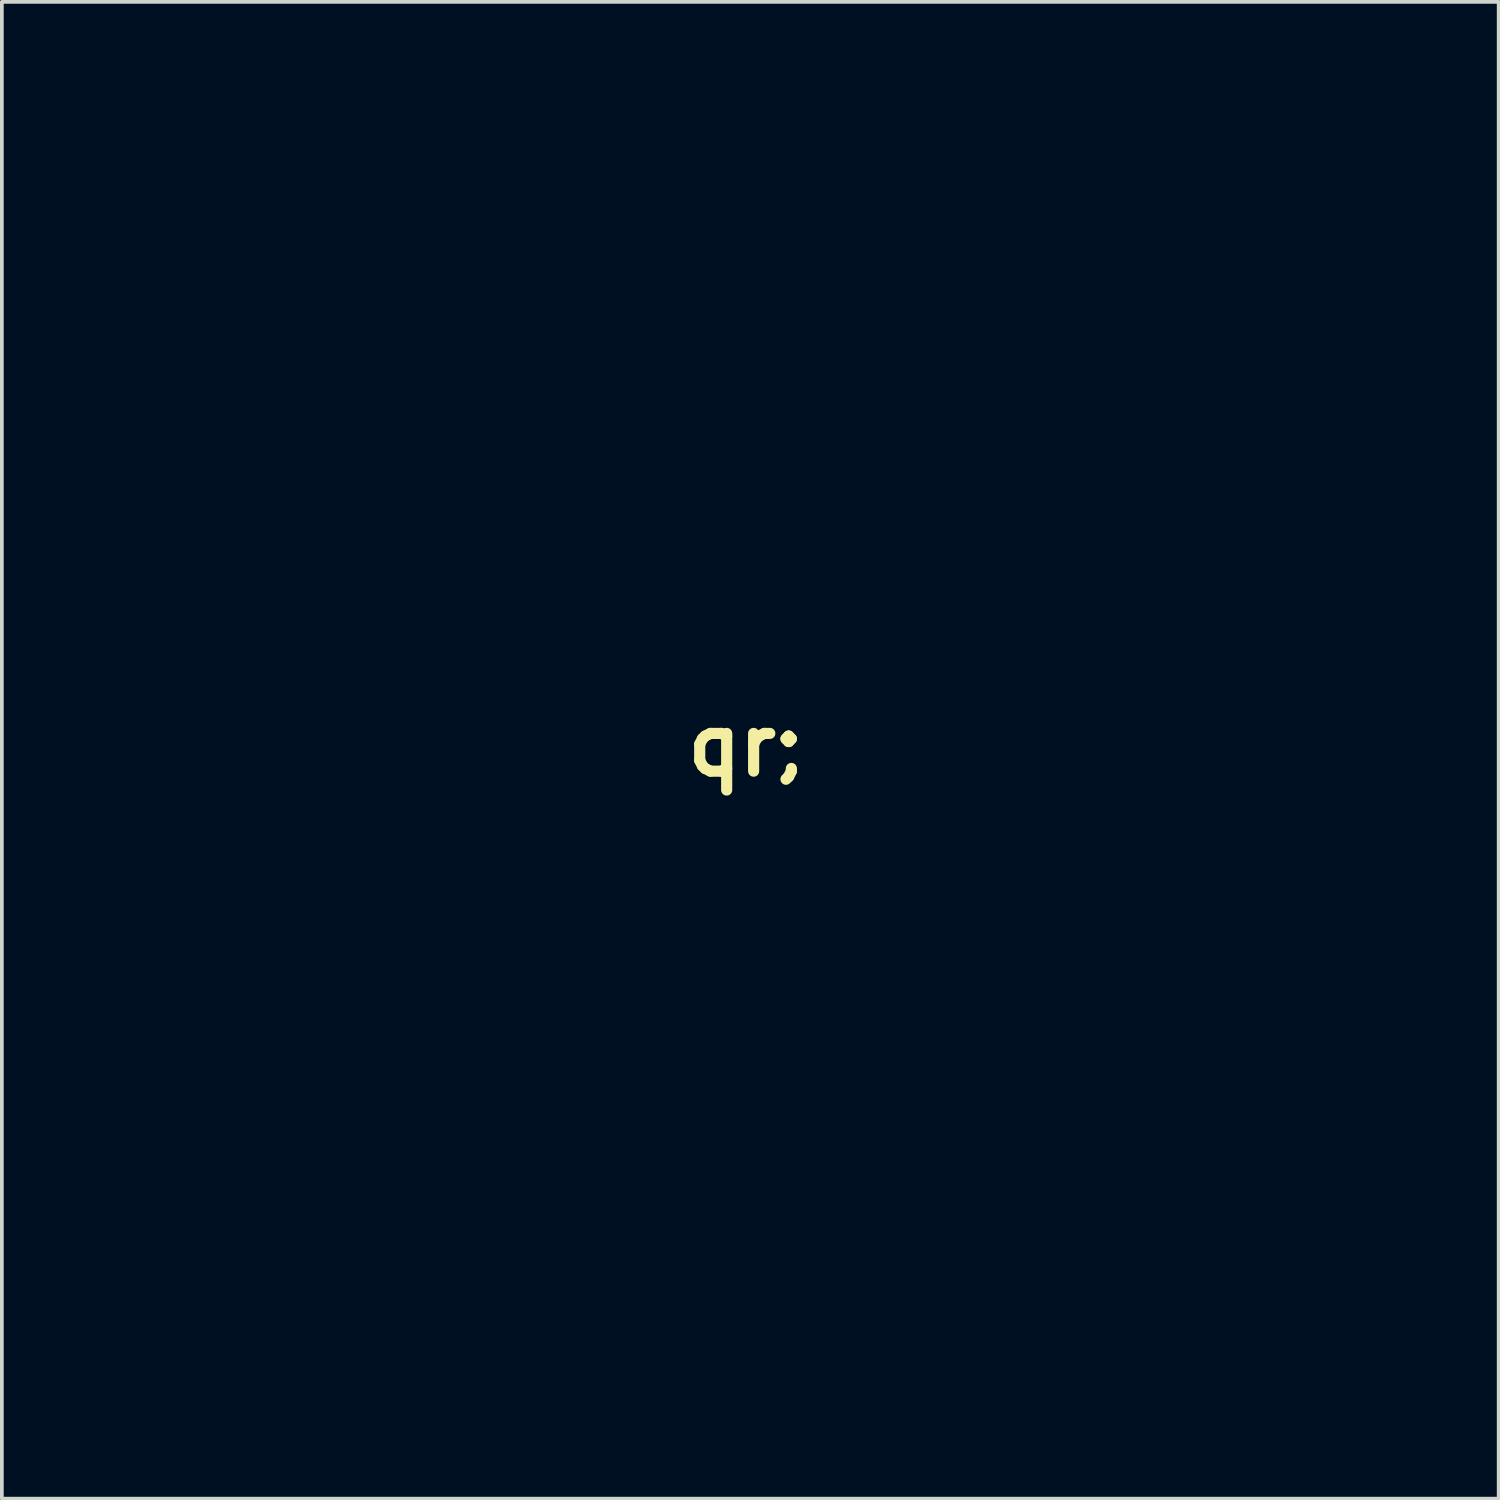
<source format=kicad_pcb>
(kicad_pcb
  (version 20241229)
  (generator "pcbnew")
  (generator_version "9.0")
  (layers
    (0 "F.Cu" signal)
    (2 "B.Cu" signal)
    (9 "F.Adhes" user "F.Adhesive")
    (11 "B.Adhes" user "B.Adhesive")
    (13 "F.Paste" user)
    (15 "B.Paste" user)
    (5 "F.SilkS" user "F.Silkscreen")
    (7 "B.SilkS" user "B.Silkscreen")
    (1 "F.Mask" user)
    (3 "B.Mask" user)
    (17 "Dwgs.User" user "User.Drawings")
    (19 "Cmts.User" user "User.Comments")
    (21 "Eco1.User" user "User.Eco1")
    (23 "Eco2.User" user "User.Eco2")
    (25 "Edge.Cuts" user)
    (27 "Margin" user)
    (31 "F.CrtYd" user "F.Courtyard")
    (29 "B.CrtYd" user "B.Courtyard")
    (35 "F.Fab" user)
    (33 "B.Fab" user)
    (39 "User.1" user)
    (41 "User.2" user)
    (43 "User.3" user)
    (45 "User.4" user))
  (footprint "qr;"
    (layer "F.Cu")
    (at 17.023 17.023)
    (property "Reference" "qr;" (at 0 0 0) (layer "F.SilkS") (effects (font (size 1.524 1.524) (thickness 0.3))))
    (attr through_hole)
    (fp_poly (pts (xy 0.429 6.831) (xy 0.508 7.366) (xy 0.394 7.971) (xy 0.127 8.128) (xy -0.175 7.901) (xy -0.254 7.366) (xy -0.14 6.761) (xy 0.127 6.604) (xy 0.429 6.831)) (stroke (width 0.01) (type solid)) (fill no) (layer "Eco2.User"))
    (fp_poly (pts (xy 1.226 -2.337) (xy 1.27 -2.159) (xy 1.067 -1.822) (xy 0.889 -1.778) (xy 0.552 -1.981) (xy 0.508 -2.159) (xy 0.711 -2.496) (xy 0.889 -2.54) (xy 1.226 -2.337)) (stroke (width 0.01) (type solid)) (fill no) (layer "Eco2.User"))
    (fp_poly (pts (xy 2.75 -2.337) (xy 2.794 -2.159) (xy 2.591 -1.822) (xy 2.413 -1.778) (xy 2.076 -1.981) (xy 2.032 -2.159) (xy 2.235 -2.496) (xy 2.413 -2.54) (xy 2.75 -2.337)) (stroke (width 0.01) (type solid)) (fill no) (layer "Eco2.User"))
    (fp_poly (pts (xy 2.75 10.617) (xy 2.794 10.795) (xy 2.591 11.132) (xy 2.413 11.176) (xy 2.076 10.973) (xy 2.032 10.795) (xy 2.235 10.458) (xy 2.413 10.414) (xy 2.75 10.617)) (stroke (width 0.01) (type solid)) (fill no) (layer "Eco2.User"))
    (fp_poly (pts (xy 4.274 9.855) (xy 4.318 10.033) (xy 4.115 10.37) (xy 3.937 10.414) (xy 3.6 10.211) (xy 3.556 10.033) (xy 3.759 9.696) (xy 3.937 9.652) (xy 4.274 9.855)) (stroke (width 0.01) (type solid)) (fill no) (layer "Eco2.User"))
    (fp_poly (pts (xy 8.084 6.807) (xy 8.128 6.985) (xy 7.925 7.322) (xy 7.747 7.366) (xy 7.41 7.163) (xy 7.366 6.985) (xy 7.569 6.648) (xy 7.747 6.604) (xy 8.084 6.807)) (stroke (width 0.01) (type solid)) (fill no) (layer "Eco2.User"))
    (fp_poly (pts (xy -9.398 -9.398) (xy -13.208 -9.398) (xy -13.208 -12.446) (xy -12.446 -12.446) (xy -12.446 -10.16) (xy -10.16 -10.16) (xy -10.16 -12.446) (xy -12.446 -12.446) (xy -13.208 -12.446) (xy -13.208 -13.208) (xy -9.398 -13.208) (xy -9.398 -9.398)) (stroke (width 0.01) (type solid)) (fill no) (layer "Eco2.User"))
    (fp_poly (pts (xy -9.398 13.462) (xy -13.208 13.462) (xy -13.208 10.414) (xy -12.446 10.414) (xy -12.446 12.7) (xy -10.16 12.7) (xy -10.16 10.414) (xy -12.446 10.414) (xy -13.208 10.414) (xy -13.208 9.652) (xy -9.398 9.652) (xy -9.398 13.462)) (stroke (width 0.01) (type solid)) (fill no) (layer "Eco2.User"))
    (fp_poly (pts (xy 13.462 -9.398) (xy 9.652 -9.398) (xy 9.652 -12.446) (xy 10.414 -12.446) (xy 10.414 -10.16) (xy 12.7 -10.16) (xy 12.7 -12.446) (xy 10.414 -12.446) (xy 9.652 -12.446) (xy 9.652 -13.208) (xy 13.462 -13.208) (xy 13.462 -9.398)) (stroke (width 0.01) (type solid)) (fill no) (layer "Eco2.User"))
    (fp_poly (pts (xy 10.414 10.414) (xy 8.128 10.414) (xy 8.128 9.271) (xy 8.89 9.271) (xy 9.093 9.608) (xy 9.271 9.652) (xy 9.608 9.449) (xy 9.652 9.271) (xy 9.449 8.934) (xy 9.271 8.89) (xy 8.934 9.093) (xy 8.89 9.271) (xy 8.128 9.271) (xy 8.128 8.128) (xy 10.414 8.128) (xy 10.414 10.414)) (stroke (width 0.01) (type solid)) (fill no) (layer "Eco2.User"))
    (fp_poly (pts (xy -8.031 5.194) (xy -7.874 5.461) (xy -8.101 5.763) (xy -8.636 5.842) (xy -9.241 5.956) (xy -9.398 6.223) (xy -9.601 6.56) (xy -9.779 6.604) (xy -10.116 6.807) (xy -10.16 6.985) (xy -10.363 7.322) (xy -10.541 7.366) (xy -10.843 7.139) (xy -10.922 6.604) (xy -10.859 6.064) (xy -10.562 5.865) (xy -10.16 5.842) (xy -9.555 5.728) (xy -9.398 5.461) (xy -9.171 5.159) (xy -8.636 5.08) (xy -8.031 5.194)) (stroke (width 0.01) (type solid)) (fill no) (layer "Eco2.User"))
    (fp_poly (pts (xy -3.524 -7.049) (xy -3.325 -6.752) (xy -3.302 -6.35) (xy -3.365 -5.81) (xy -3.662 -5.611) (xy -4.064 -5.588) (xy -4.604 -5.525) (xy -4.803 -5.228) (xy -4.826 -4.826) (xy -4.712 -4.221) (xy -4.445 -4.064) (xy -4.108 -4.267) (xy -4.064 -4.445) (xy -3.861 -4.782) (xy -3.683 -4.826) (xy -3.346 -4.623) (xy -3.302 -4.445) (xy -3.099 -4.108) (xy -2.921 -4.064) (xy -2.584 -3.861) (xy -2.54 -3.683) (xy -2.69 -3.432) (xy -3.198 -3.317) (xy -3.683 -3.302) (xy -4.436 -3.352) (xy -4.78 -3.521) (xy -4.826 -3.683) (xy -5.053 -3.985) (xy -5.588 -4.064) (xy -6.193 -4.178) (xy -6.35 -4.445) (xy -6.147 -4.782) (xy -5.969 -4.826) (xy -5.667 -5.053) (xy -5.588 -5.588) (xy -5.474 -6.193) (xy -5.207 -6.35) (xy -4.87 -6.553) (xy -4.826 -6.731) (xy -4.599 -7.033) (xy -4.064 -7.112) (xy -3.524 -7.049)) (stroke (width 0.01) (type solid)) (fill no) (layer "Eco2.User"))
    (fp_poly (pts (xy -7.502 -7.062) (xy -7.158 -6.893) (xy -7.112 -6.731) (xy -6.909 -6.394) (xy -6.731 -6.35) (xy -6.429 -6.123) (xy -6.35 -5.588) (xy -6.464 -4.983) (xy -6.731 -4.826) (xy -7.033 -4.599) (xy -7.112 -4.064) (xy -6.998 -3.459) (xy -6.731 -3.302) (xy -6.394 -3.099) (xy -6.35 -2.921) (xy -6.553 -2.584) (xy -6.731 -2.54) (xy -7.068 -2.743) (xy -7.112 -2.921) (xy -7.315 -3.258) (xy -7.493 -3.302) (xy -7.744 -3.452) (xy -7.859 -3.96) (xy -7.874 -4.445) (xy -7.824 -5.198) (xy -7.655 -5.542) (xy -7.493 -5.588) (xy -7.156 -5.791) (xy -7.112 -5.969) (xy -7.315 -6.306) (xy -7.493 -6.35) (xy -7.83 -6.147) (xy -7.874 -5.969) (xy -8.077 -5.632) (xy -8.255 -5.588) (xy -8.592 -5.385) (xy -8.636 -5.207) (xy -8.839 -4.87) (xy -9.017 -4.826) (xy -9.354 -5.029) (xy -9.398 -5.207) (xy -9.195 -5.544) (xy -9.017 -5.588) (xy -8.68 -5.791) (xy -8.636 -5.969) (xy -8.839 -6.306) (xy -9.017 -6.35) (xy -9.354 -6.553) (xy -9.398 -6.731) (xy -9.248 -6.982) (xy -8.74 -7.097) (xy -8.255 -7.112) (xy -7.502 -7.062)) (stroke (width 0.01) (type solid)) (fill no) (layer "Eco2.User"))
    (fp_poly (pts (xy -0.384 1.42) (xy -0.269 1.928) (xy -0.254 2.413) (xy -0.204 3.166) (xy -0.035 3.51) (xy 0.127 3.556) (xy 0.464 3.353) (xy 0.508 3.175) (xy 0.711 2.838) (xy 0.889 2.794) (xy 1.226 2.997) (xy 1.27 3.175) (xy 1.473 3.512) (xy 1.651 3.556) (xy 1.988 3.759) (xy 2.032 3.937) (xy 2.182 4.188) (xy 2.69 4.303) (xy 3.175 4.318) (xy 4.318 4.318) (xy 4.318 5.461) (xy 4.268 6.214) (xy 4.099 6.558) (xy 3.937 6.604) (xy 3.6 6.807) (xy 3.556 6.985) (xy 3.759 7.322) (xy 3.937 7.366) (xy 4.274 7.569) (xy 4.318 7.747) (xy 4.115 8.084) (xy 3.937 8.128) (xy 3.6 7.925) (xy 3.556 7.747) (xy 3.353 7.41) (xy 3.175 7.366) (xy 2.838 7.163) (xy 2.794 6.985) (xy 2.591 6.648) (xy 2.413 6.604) (xy 2.111 6.377) (xy 2.032 5.842) (xy 1.918 5.237) (xy 1.651 5.08) (xy 1.349 4.853) (xy 1.27 4.318) (xy 1.156 3.713) (xy 0.889 3.556) (xy 0.552 3.759) (xy 0.508 3.937) (xy 0.305 4.274) (xy 0.127 4.318) (xy -0.21 4.115) (xy -0.254 3.937) (xy -0.481 3.635) (xy -1.016 3.556) (xy -1.621 3.442) (xy -1.778 3.175) (xy -1.575 2.838) (xy -1.397 2.794) (xy -1.095 2.567) (xy -1.016 2.032) (xy -0.902 1.427) (xy -0.635 1.27) (xy -0.384 1.42)) (stroke (width 0.01) (type solid)) (fill no) (layer "Eco2.User"))
    (fp_poly (pts (xy 2.75 -11.481) (xy 2.794 -11.303) (xy 2.997 -10.966) (xy 3.175 -10.922) (xy 3.512 -10.719) (xy 3.556 -10.541) (xy 3.759 -10.204) (xy 3.937 -10.16) (xy 4.239 -9.933) (xy 4.318 -9.398) (xy 4.204 -8.793) (xy 3.937 -8.636) (xy 3.635 -8.863) (xy 3.556 -9.398) (xy 3.493 -9.938) (xy 3.196 -10.137) (xy 2.794 -10.16) (xy 2.189 -10.046) (xy 2.032 -9.779) (xy 2.235 -9.442) (xy 2.413 -9.398) (xy 2.664 -9.248) (xy 2.779 -8.74) (xy 2.794 -8.255) (xy 2.744 -7.502) (xy 2.575 -7.158) (xy 2.413 -7.112) (xy 2.076 -6.909) (xy 2.032 -6.731) (xy 1.829 -6.394) (xy 1.651 -6.35) (xy 1.314 -6.553) (xy 1.27 -6.731) (xy 1.043 -7.033) (xy 0.508 -7.112) (xy -0.097 -7.226) (xy -0.254 -7.493) (xy -0.457 -7.83) (xy -0.635 -7.874) (xy -0.937 -8.101) (xy -1.016 -8.636) (xy -0.902 -9.241) (xy -0.635 -9.398) (xy -0.333 -9.171) (xy -0.254 -8.636) (xy -0.14 -8.031) (xy 0.127 -7.874) (xy 0.429 -8.101) (xy 0.508 -8.636) (xy 1.27 -8.636) (xy 1.384 -8.031) (xy 1.651 -7.874) (xy 1.953 -8.101) (xy 2.032 -8.636) (xy 1.918 -9.241) (xy 1.651 -9.398) (xy 1.349 -9.171) (xy 1.27 -8.636) (xy 0.508 -8.636) (xy 0.622 -9.241) (xy 0.889 -9.398) (xy 1.226 -9.601) (xy 1.27 -9.779) (xy 1.473 -10.116) (xy 1.651 -10.16) (xy 1.953 -10.387) (xy 2.032 -10.922) (xy 2.146 -11.527) (xy 2.413 -11.684) (xy 2.75 -11.481)) (stroke (width 0.01) (type solid)) (fill no) (layer "Eco2.User"))
    (fp_poly (pts (xy 17.272 17.272) (xy -17.018 17.272) (xy -17.018 8.89) (xy -13.97 8.89) (xy -13.97 14.224) (xy -8.636 14.224) (xy -8.636 12.319) (xy -7.874 12.319) (xy -7.671 12.656) (xy -7.493 12.7) (xy -7.156 12.497) (xy -7.112 12.319) (xy -7.315 11.982) (xy -7.493 11.938) (xy -7.83 12.141) (xy -7.874 12.319) (xy -8.636 12.319) (xy -8.636 8.89) (xy -13.97 8.89) (xy -17.018 8.89) (xy -17.018 1.651) (xy -13.97 1.651) (xy -13.767 1.988) (xy -13.589 2.032) (xy -13.252 2.235) (xy -13.208 2.413) (xy -13.411 2.75) (xy -13.589 2.794) (xy -13.891 3.021) (xy -13.97 3.556) (xy -13.856 4.161) (xy -13.589 4.318) (xy -13.287 4.545) (xy -13.208 5.08) (xy -13.322 5.685) (xy -13.589 5.842) (xy -13.926 6.045) (xy -13.97 6.223) (xy -13.743 6.525) (xy -13.208 6.604) (xy -12.603 6.49) (xy -12.446 6.223) (xy -12.243 5.886) (xy -12.065 5.842) (xy -11.763 6.069) (xy -11.684 6.604) (xy -11.717 7.073) (xy -11.908 7.294) (xy -12.396 7.362) (xy -12.827 7.366) (xy -13.58 7.416) (xy -13.924 7.585) (xy -13.97 7.747) (xy -13.82 7.998) (xy -13.312 8.113) (xy -12.827 8.128) (xy -12.074 8.078) (xy -11.73 7.909) (xy -11.684 7.747) (xy -11.481 7.41) (xy -11.303 7.366) (xy -10.966 7.569) (xy -10.922 7.747) (xy -10.719 8.084) (xy -10.541 8.128) (xy -10.204 7.925) (xy -10.16 7.747) (xy -9.957 7.41) (xy -9.779 7.366) (xy -9.442 7.569) (xy -9.398 7.747) (xy -9.171 8.049) (xy -8.636 8.128) (xy -8.167 8.161) (xy -7.946 8.352) (xy -7.878 8.84) (xy -7.874 9.271) (xy -7.824 10.024) (xy -7.655 10.368) (xy -7.493 10.414) (xy -7.156 10.617) (xy -7.112 10.795) (xy -6.909 11.132) (xy -6.731 11.176) (xy -6.48 11.326) (xy -6.365 11.834) (xy -6.35 12.319) (xy -6.4 13.072) (xy -6.569 13.416) (xy -6.731 13.462) (xy -7.068 13.665) (xy -7.112 13.843) (xy -7.023 14.029) (xy -6.698 14.145) (xy -6.05 14.205) (xy -4.992 14.224) (xy -4.826 14.224) (xy -3.711 14.209) (xy -3.016 14.155) (xy -2.655 14.047) (xy -2.541 13.871) (xy -2.54 13.843) (xy -2.743 13.506) (xy -2.921 13.462) (xy -3.258 13.259) (xy -3.302 13.081) (xy -3.099 12.744) (xy -2.921 12.7) (xy -2.584 12.903) (xy -2.54 13.081) (xy -2.337 13.418) (xy -2.159 13.462) (xy -1.822 13.665) (xy -1.778 13.843) (xy -1.661 14.064) (xy -1.246 14.183) (xy -0.438 14.223) (xy -0.254 14.224) (xy 0.631 14.195) (xy 1.106 14.091) (xy 1.267 13.889) (xy 1.27 13.843) (xy 1.497 13.541) (xy 2.032 13.462) (xy 2.637 13.348) (xy 2.794 13.081) (xy 2.644 12.83) (xy 2.136 12.715) (xy 1.651 12.7) (xy 0.898 12.75) (xy 0.554 12.919) (xy 0.508 13.081) (xy 0.305 13.418) (xy 0.127 13.462) (xy -0.21 13.259) (xy -0.254 13.081) (xy -0.051 12.744) (xy 0.127 12.7) (xy 0.464 12.497) (xy 0.508 12.319) (xy 0.281 12.017) (xy -0.254 11.938) (xy -0.794 12.001) (xy -0.993 12.298) (xy -1.016 12.7) (xy -1.13 13.305) (xy -1.397 13.462) (xy -1.648 13.312) (xy -1.763 12.804) (xy -1.778 12.319) (xy -1.8 11.616) (xy -1.928 11.283) (xy -2.253 11.182) (xy -2.54 11.176) (xy -3.145 11.062) (xy -3.302 10.795) (xy -3.505 10.458) (xy -3.683 10.414) (xy -4.02 10.617) (xy -4.064 10.795) (xy -4.267 11.132) (xy -4.445 11.176) (xy -4.782 11.379) (xy -4.826 11.557) (xy -4.623 11.894) (xy -4.445 11.938) (xy -4.108 11.735) (xy -4.064 11.557) (xy -3.861 11.22) (xy -3.683 11.176) (xy -3.346 11.379) (xy -3.302 11.557) (xy -3.505 11.894) (xy -3.683 11.938) (xy -3.985 12.165) (xy -4.064 12.7) (xy -4.127 13.24) (xy -4.424 13.439) (xy -4.826 13.462) (xy -5.431 13.348) (xy -5.588 13.081) (xy -5.385 12.744) (xy -5.207 12.7) (xy -4.87 12.497) (xy -4.826 12.319) (xy -5.029 11.982) (xy -5.207 11.938) (xy -5.544 11.735) (xy -5.588 11.557) (xy -5.385 11.22) (xy -5.207 11.176) (xy -4.905 10.949) (xy -4.826 10.414) (xy -4.712 9.809) (xy -4.445 9.652) (xy -4.108 9.449) (xy -4.064 9.271) (xy -4.267 8.934) (xy -4.445 8.89) (xy -4.782 9.093) (xy -4.826 9.271) (xy -5.029 9.608) (xy -5.207 9.652) (xy -5.544 9.855) (xy -5.588 10.033) (xy -5.791 10.37) (xy -5.969 10.414) (xy -6.306 10.211) (xy -6.35 10.033) (xy -6.147 9.696) (xy -5.969 9.652) (xy -5.632 9.449) (xy -5.588 9.271) (xy -5.385 8.934) (xy -5.207 8.89) (xy -4.87 8.687) (xy -4.826 8.509) (xy -4.599 8.207) (xy -4.064 8.128) (xy -3.524 8.191) (xy -3.325 8.488) (xy -3.302 8.89) (xy -3.188 9.495) (xy -2.921 9.652) (xy -2.584 9.855) (xy -2.54 10.033) (xy -2.337 10.37) (xy -2.159 10.414) (xy -1.822 10.617) (xy -1.778 10.795) (xy -1.551 11.097) (xy -1.016 11.176) (xy -0.476 11.113) (xy -0.277 10.816) (xy -0.254 10.414) (xy -0.368 9.809) (xy -0.635 9.652) (xy -0.972 9.855) (xy -1.016 10.033) (xy -1.219 10.37) (xy -1.397 10.414) (xy -1.734 10.211) (xy -1.778 10.033) (xy -1.981 9.696) (xy -2.159 9.652) (xy -2.496 9.449) (xy -2.54 9.271) (xy -2.337 8.934) (xy -2.159 8.89) (xy -1.822 8.687) (xy -1.778 8.509) (xy -1.551 8.207) (xy -1.016 8.128) (xy -0.411 8.242) (xy -0.254 8.509) (xy -0.027 8.811) (xy 0.508 8.89) (xy 1.113 8.776) (xy 1.27 8.509) (xy 1.473 8.172) (xy 1.651 8.128) (xy 1.953 8.355) (xy 2.032 8.89) (xy 1.918 9.495) (xy 1.651 9.652) (xy 1.349 9.879) (xy 1.27 10.414) (xy 1.384 11.019) (xy 1.651 11.176) (xy 1.988 11.379) (xy 2.032 11.557) (xy 2.235 11.894) (xy 2.413 11.938) (xy 2.75 11.735) (xy 2.794 11.557) (xy 2.944 11.306) (xy 3.452 11.191) (xy 3.937 11.176) (xy 4.69 11.226) (xy 5.034 11.395) (xy 5.08 11.557) (xy 4.853 11.859) (xy 4.318 11.938) (xy 3.713 12.052) (xy 3.556 12.319) (xy 3.759 12.656) (xy 3.937 12.7) (xy 4.274 12.903) (xy 4.318 13.081) (xy 4.115 13.418) (xy 3.937 13.462) (xy 3.6 13.665) (xy 3.556 13.843) (xy 3.783 14.145) (xy 4.318 14.224) (xy 4.787 14.191) (xy 5.008 14) (xy 5.076 13.512) (xy 5.08 13.081) (xy 5.842 13.081) (xy 6.045 13.418) (xy 6.223 13.462) (xy 7.366 13.462) (xy 7.48 14.067) (xy 7.747 14.224) (xy 8.049 13.997) (xy 8.128 13.462) (xy 8.014 12.857) (xy 7.747 12.7) (xy 7.445 12.927) (xy 7.366 13.462) (xy 6.223 13.462) (xy 6.56 13.259) (xy 6.604 13.081) (xy 6.401 12.744) (xy 6.223 12.7) (xy 5.886 12.903) (xy 5.842 13.081) (xy 5.08 13.081) (xy 5.13 12.328) (xy 5.299 11.984) (xy 5.461 11.938) (xy 5.798 11.735) (xy 5.842 11.557) (xy 5.639 11.22) (xy 5.461 11.176) (xy 5.159 10.949) (xy 5.08 10.414) (xy 5.194 9.809) (xy 5.461 9.652) (xy 5.798 9.449) (xy 5.842 9.271) (xy 5.639 8.934) (xy 5.461 8.89) (xy 5.275 8.801) (xy 5.159 8.476) (xy 5.099 7.828) (xy 5.08 6.77) (xy 5.08 6.604) (xy 5.065 5.489) (xy 5.011 4.794) (xy 4.903 4.433) (xy 4.727 4.319) (xy 4.699 4.318) (xy 4.397 4.091) (xy 4.318 3.556) (xy 4.204 2.951) (xy 3.937 2.794) (xy 3.6 2.997) (xy 3.556 3.175) (xy 3.329 3.477) (xy 2.794 3.556) (xy 2.325 3.523) (xy 2.104 3.332) (xy 2.036 2.844) (xy 2.032 2.413) (xy 2.082 1.66) (xy 2.251 1.316) (xy 2.413 1.27) (xy 2.75 1.473) (xy 2.794 1.651) (xy 2.944 1.902) (xy 3.452 2.017) (xy 3.937 2.032) (xy 4.69 1.982) (xy 5.034 1.813) (xy 5.08 1.651) (xy 4.93 1.4) (xy 4.422 1.285) (xy 3.937 1.27) (xy 3.184 1.22) (xy 2.84 1.051) (xy 2.794 0.889) (xy 2.591 0.552) (xy 2.413 0.508) (xy 2.076 0.711) (xy 2.032 0.889) (xy 1.829 1.226) (xy 1.651 1.27) (xy 1.314 1.473) (xy 1.27 1.651) (xy 1.067 1.988) (xy 0.889 2.032) (xy 0.587 1.805) (xy 0.508 1.27) (xy 0.445 0.73) (xy 0.148 0.531) (xy -0.254 0.508) (xy -0.859 0.622) (xy -1.016 0.889) (xy -1.243 1.191) (xy -1.778 1.27) (xy -2.318 1.333) (xy -2.517 1.63) (xy -2.54 2.032) (xy -2.654 2.637) (xy -2.921 2.794) (xy -3.258 2.997) (xy -3.302 3.175) (xy -3.099 3.512) (xy -2.921 3.556) (xy -2.584 3.759) (xy -2.54 3.937) (xy -2.743 4.274) (xy -2.921 4.318) (xy -3.258 4.521) (xy -3.302 4.699) (xy -3.505 5.036) (xy -3.683 5.08) (xy -4.02 5.283) (xy -4.064 5.461) (xy -3.861 5.798) (xy -3.683 5.842) (xy -3.346 6.045) (xy -3.302 6.223) (xy -3.099 6.56) (xy -2.921 6.604) (xy -2.584 6.401) (xy -2.54 6.223) (xy -2.743 5.886) (xy -2.921 5.842) (xy -3.258 5.639) (xy -3.302 5.461) (xy -3.075 5.159) (xy -2.54 5.08) (xy -1.935 4.966) (xy -1.778 4.699) (xy -1.575 4.362) (xy -1.397 4.318) (xy -1.06 4.521) (xy -1.016 4.699) (xy -0.789 5.001) (xy -0.254 5.08) (xy 0.351 5.194) (xy 0.508 5.461) (xy 0.358 5.712) (xy -0.15 5.827) (xy -0.635 5.842) (xy -1.388 5.892) (xy -1.732 6.061) (xy -1.778 6.223) (xy -1.575 6.56) (xy -1.397 6.604) (xy -1.06 6.807) (xy -1.016 6.985) (xy -1.243 7.287) (xy -1.778 7.366) (xy -2.383 7.48) (xy -2.54 7.747) (xy -2.743 8.084) (xy -2.921 8.128) (xy -3.258 7.925) (xy -3.302 7.747) (xy -3.529 7.445) (xy -4.064 7.366) (xy -4.604 7.303) (xy -4.803 7.006) (xy -4.826 6.604) (xy -4.889 6.064) (xy -5.186 5.865) (xy -5.588 5.842) (xy -6.193 5.956) (xy -6.35 6.223) (xy -6.553 6.56) (xy -6.731 6.604) (xy -7.068 6.807) (xy -7.112 6.985) (xy -6.885 7.287) (xy -6.35 7.366) (xy -5.745 7.48) (xy -5.588 7.747) (xy -5.738 7.998) (xy -6.246 8.113) (xy -6.731 8.128) (xy -7.484 8.078) (xy -7.828 7.909) (xy -7.874 7.747) (xy -8.101 7.445) (xy -8.636 7.366) (xy -9.241 7.252) (xy -9.398 6.985) (xy -9.171 6.683) (xy -8.636 6.604) (xy -8.031 6.49) (xy -7.874 6.223) (xy -7.671 5.886) (xy -7.493 5.842) (xy -7.156 5.639) (xy -7.112 5.461) (xy -6.909 5.124) (xy -6.731 5.08) (xy -6.394 4.877) (xy -6.35 4.699) (xy -6.577 4.397) (xy -7.112 4.318) (xy -7.717 4.204) (xy -7.874 3.937) (xy -7.671 3.6) (xy -7.493 3.556) (xy -7.191 3.329) (xy -7.112 2.794) (xy -7.049 2.254) (xy -6.752 2.055) (xy -6.35 2.032) (xy -5.745 1.918) (xy -5.588 1.651) (xy -5.385 1.314) (xy -5.207 1.27) (xy -4.905 1.497) (xy -4.826 2.032) (xy -4.94 2.637) (xy -5.207 2.794) (xy -5.544 2.997) (xy -5.588 3.175) (xy -5.385 3.512) (xy -5.207 3.556) (xy -4.87 3.759) (xy -4.826 3.937) (xy -4.599 4.239) (xy -4.064 4.318) (xy -3.459 4.204) (xy -3.302 3.937) (xy -3.505 3.6) (xy -3.683 3.556) (xy -3.985 3.329) (xy -4.064 2.794) (xy -3.95 2.189) (xy -3.683 2.032) (xy -3.346 1.829) (xy -3.302 1.651) (xy -3.505 1.314) (xy -3.683 1.27) (xy -4.02 1.067) (xy -4.064 0.889) (xy -4.267 0.552) (xy -4.445 0.508) (xy -4.782 0.305) (xy -4.826 0.127) (xy -4.623 -0.21) (xy -4.445 -0.254) (xy -4.108 -0.051) (xy -4.064 0.127) (xy -3.861 0.464) (xy -3.683 0.508) (xy -3.346 0.305) (xy -3.302 0.127) (xy -3.075 -0.175) (xy -2.54 -0.254) (xy -1.935 -0.368) (xy -1.778 -0.635) (xy -1.661 -0.856) (xy -1.246 -0.975) (xy -0.438 -1.015) (xy -0.254 -1.016) (xy 0.631 -0.987) (xy 1.106 -0.883) (xy 1.267 -0.681) (xy 1.27 -0.635) (xy 1.473 -0.298) (xy 1.651 -0.254) (xy 1.988 -0.457) (xy 2.032 -0.635) (xy 2.235 -0.972) (xy 2.413 -1.016) (xy 2.75 -0.813) (xy 2.794 -0.635) (xy 2.997 -0.298) (xy 3.175 -0.254) (xy 3.512 -0.051) (xy 3.556 0.127) (xy 3.706 0.378) (xy 4.214 0.493) (xy 4.699 0.508) (xy 5.452 0.458) (xy 5.796 0.289) (xy 5.842 0.127) (xy 6.045 -0.21) (xy 6.223 -0.254) (xy 6.525 -0.027) (xy 6.604 0.508) (xy 6.718 1.113) (xy 6.985 1.27) (xy 7.322 1.473) (xy 7.366 1.651) (xy 7.163 1.988) (xy 6.985 2.032) (xy 6.648 2.235) (xy 6.604 2.413) (xy 6.401 2.75) (xy 6.223 2.794) (xy 5.886 2.997) (xy 5.842 3.175) (xy 6.045 3.512) (xy 6.223 3.556) (xy 6.56 3.759) (xy 6.604 3.937) (xy 6.807 4.274) (xy 6.985 4.318) (xy 7.322 4.115) (xy 7.366 3.937) (xy 7.569 3.6) (xy 7.747 3.556) (xy 8.084 3.759) (xy 8.128 3.937) (xy 8.331 4.274) (xy 8.509 4.318) (xy 8.811 4.091) (xy 8.89 3.556) (xy 8.827 3.016) (xy 8.53 2.817) (xy 8.128 2.794) (xy 7.523 2.68) (xy 7.366 2.413) (xy 7.569 2.076) (xy 7.747 2.032) (xy 8.049 1.805) (xy 8.128 1.27) (xy 8.014 0.665) (xy 7.747 0.508) (xy 7.41 0.305) (xy 7.366 0.127) (xy 7.569 -0.21) (xy 7.747 -0.254) (xy 8.049 -0.481) (xy 8.128 -1.016) (xy 8.014 -1.621) (xy 7.747 -1.778) (xy 7.41 -1.981) (xy 7.366 -2.159) (xy 7.569 -2.496) (xy 7.747 -2.54) (xy 8.084 -2.743) (xy 8.128 -2.921) (xy 7.925 -3.258) (xy 7.747 -3.302) (xy 7.41 -3.505) (xy 7.366 -3.683) (xy 7.163 -4.02) (xy 6.985 -4.064) (xy 6.683 -3.837) (xy 6.604 -3.302) (xy 6.49 -2.697) (xy 6.223 -2.54) (xy 5.886 -2.337) (xy 5.842 -2.159) (xy 6.045 -1.822) (xy 6.223 -1.778) (xy 6.56 -1.575) (xy 6.604 -1.397) (xy 6.401 -1.06) (xy 6.223 -1.016) (xy 5.886 -0.813) (xy 5.842 -0.635) (xy 5.692 -0.384) (xy 5.184 -0.269) (xy 4.699 -0.254) (xy 3.946 -0.304) (xy 3.602 -0.473) (xy 3.556 -0.635) (xy 3.759 -0.972) (xy 3.937 -1.016) (xy 4.188 -1.166) (xy 4.303 -1.674) (xy 4.318 -2.159) (xy 4.34 -2.862) (xy 4.468 -3.195) (xy 4.793 -3.296) (xy 5.08 -3.302) (xy 5.685 -3.416) (xy 5.842 -3.683) (xy 5.639 -4.02) (xy 5.461 -4.064) (xy 5.21 -4.214) (xy 5.095 -4.722) (xy 5.08 -5.207) (xy 5.03 -5.96) (xy 4.861 -6.304) (xy 4.699 -6.35) (xy 4.362 -6.553) (xy 4.318 -6.731) (xy 4.115 -7.068) (xy 3.937 -7.112) (xy 3.6 -7.315) (xy 3.556 -7.493) (xy 3.759 -7.83) (xy 3.937 -7.874) (xy 4.274 -7.671) (xy 4.318 -7.493) (xy 4.521 -7.156) (xy 4.699 -7.112) (xy 4.92 -7.229) (xy 5.039 -7.644) (xy 5.079 -8.452) (xy 5.08 -8.636) (xy 5.109 -9.521) (xy 5.213 -9.996) (xy 5.415 -10.157) (xy 5.461 -10.16) (xy 5.798 -10.363) (xy 5.842 -10.541) (xy 6.069 -10.843) (xy 6.604 -10.922) (xy 7.073 -10.889) (xy 7.294 -10.698) (xy 7.362 -10.21) (xy 7.366 -9.779) (xy 7.316 -9.026) (xy 7.147 -8.682) (xy 6.985 -8.636) (xy 6.648 -8.839) (xy 6.604 -9.017) (xy 6.401 -9.354) (xy 6.223 -9.398) (xy 5.921 -9.171) (xy 5.842 -8.636) (xy 5.905 -8.096) (xy 6.202 -7.897) (xy 6.604 -7.874) (xy 7.209 -7.76) (xy 7.366 -7.493) (xy 7.216 -7.242) (xy 6.708 -7.127) (xy 6.223 -7.112) (xy 5.47 -7.062) (xy 5.126 -6.893) (xy 5.08 -6.731) (xy 5.307 -6.429) (xy 5.842 -6.35) (xy 6.447 -6.236) (xy 6.604 -5.969) (xy 6.401 -5.632) (xy 6.223 -5.588) (xy 5.886 -5.385) (xy 5.842 -5.207) (xy 6.069 -4.905) (xy 6.604 -4.826) (xy 7.209 -4.712) (xy 7.366 -4.445) (xy 7.569 -4.108) (xy 7.747 -4.064) (xy 8.049 -4.291) (xy 8.128 -4.826) (xy 8.014 -5.431) (xy 7.747 -5.588) (xy 7.41 -5.791) (xy 7.366 -5.969) (xy 7.569 -6.306) (xy 7.747 -6.35) (xy 8.084 -6.147) (xy 8.128 -5.969) (xy 8.355 -5.667) (xy 8.89 -5.588) (xy 9.495 -5.702) (xy 9.652 -5.969) (xy 9.855 -6.306) (xy 10.033 -6.35) (xy 10.37 -6.553) (xy 10.414 -6.731) (xy 10.531 -6.952) (xy 10.946 -7.071) (xy 11.754 -7.111) (xy 11.938 -7.112) (xy 13.462 -7.112) (xy 13.462 -5.969) (xy 13.44 -5.266) (xy 13.312 -4.933) (xy 12.987 -4.832) (xy 12.7 -4.826) (xy 12.095 -4.94) (xy 11.938 -5.207) (xy 11.735 -5.544) (xy 11.557 -5.588) (xy 11.22 -5.791) (xy 11.176 -5.969) (xy 10.973 -6.306) (xy 10.795 -6.35) (xy 10.458 -6.147) (xy 10.414 -5.969) (xy 10.211 -5.632) (xy 10.033 -5.588) (xy 9.696 -5.385) (xy 9.652 -5.207) (xy 9.449 -4.87) (xy 9.271 -4.826) (xy 8.934 -4.623) (xy 8.89 -4.445) (xy 8.687 -4.108) (xy 8.509 -4.064) (xy 8.172 -3.861) (xy 8.128 -3.683) (xy 8.278 -3.432) (xy 8.786 -3.317) (xy 9.271 -3.302) (xy 10.024 -3.352) (xy 10.368 -3.521) (xy 10.414 -3.683) (xy 10.211 -4.02) (xy 10.033 -4.064) (xy 9.696 -4.267) (xy 9.652 -4.445) (xy 9.855 -4.782) (xy 10.033 -4.826) (xy 10.37 -5.029) (xy 10.414 -5.207) (xy 10.617 -5.544) (xy 10.795 -5.588) (xy 11.132 -5.385) (xy 11.176 -5.207) (xy 11.379 -4.87) (xy 11.557 -4.826) (xy 11.859 -4.599) (xy 11.938 -4.064) (xy 11.824 -3.459) (xy 11.557 -3.302) (xy 11.22 -3.099) (xy 11.176 -2.921) (xy 11.026 -2.67) (xy 10.518 -2.555) (xy 10.033 -2.54) (xy 8.89 -2.54) (xy 8.89 -1.397) (xy 8.84 -0.644) (xy 8.671 -0.3) (xy 8.509 -0.254) (xy 8.172 -0.051) (xy 8.128 0.127) (xy 8.331 0.464) (xy 8.509 0.508) (xy 8.76 0.658) (xy 8.875 1.166) (xy 8.89 1.651) (xy 8.94 2.404) (xy 9.109 2.748) (xy 9.271 2.794) (xy 9.573 3.021) (xy 9.652 3.556) (xy 9.538 4.161) (xy 9.271 4.318) (xy 8.969 4.545) (xy 8.89 5.08) (xy 8.776 5.685) (xy 8.509 5.842) (xy 8.207 5.615) (xy 8.128 5.08) (xy 8.014 4.475) (xy 7.747 4.318) (xy 7.41 4.521) (xy 7.366 4.699) (xy 7.163 5.036) (xy 6.985 5.08) (xy 6.683 5.307) (xy 6.604 5.842) (xy 6.49 6.447) (xy 6.223 6.604) (xy 5.886 6.807) (xy 5.842 6.985) (xy 6.045 7.322) (xy 6.223 7.366) (xy 6.424 7.466) (xy 6.542 7.826) (xy 6.595 8.54) (xy 6.604 9.271) (xy 6.624 10.276) (xy 6.696 10.866) (xy 6.839 11.132) (xy 6.985 11.176) (xy 7.322 11.379) (xy 7.366 11.557) (xy 7.569 11.894) (xy 7.747 11.938) (xy 8.084 11.735) (xy 8.128 11.557) (xy 8.278 11.306) (xy 8.786 11.191) (xy 9.271 11.176) (xy 10.414 11.176) (xy 10.414 12.319) (xy 10.364 13.072) (xy 10.195 13.416) (xy 10.033 13.462) (xy 9.696 13.665) (xy 9.652 13.843) (xy 9.855 14.18) (xy 10.033 14.224) (xy 10.37 14.021) (xy 10.414 13.843) (xy 10.617 13.506) (xy 10.795 13.462) (xy 11.132 13.665) (xy 11.176 13.843) (xy 11.379 14.18) (xy 11.557 14.224) (xy 11.859 13.997) (xy 11.882 13.843) (xy 13.462 13.843) (xy 13.665 14.18) (xy 13.843 14.224) (xy 14.18 14.021) (xy 14.224 13.843) (xy 14.021 13.506) (xy 13.843 13.462) (xy 13.506 13.665) (xy 13.462 13.843) (xy 11.882 13.843) (xy 11.938 13.462) (xy 11.824 12.857) (xy 11.557 12.7) (xy 11.22 12.497) (xy 11.176 12.319) (xy 11.938 12.319) (xy 12.088 12.57) (xy 12.596 12.685) (xy 13.081 12.7) (xy 13.784 12.678) (xy 14.117 12.55) (xy 14.218 12.225) (xy 14.224 11.938) (xy 14.11 11.333) (xy 13.843 11.176) (xy 13.541 10.949) (xy 13.462 10.414) (xy 13.576 9.809) (xy 13.843 9.652) (xy 14.145 9.425) (xy 14.224 8.89) (xy 14.161 8.35) (xy 13.864 8.151) (xy 13.462 8.128) (xy 12.857 8.242) (xy 12.7 8.509) (xy 12.903 8.846) (xy 13.081 8.89) (xy 13.418 9.093) (xy 13.462 9.271) (xy 13.259 9.608) (xy 13.081 9.652) (xy 12.779 9.879) (xy 12.7 10.414) (xy 12.814 11.019) (xy 13.081 11.176) (xy 13.418 11.379) (xy 13.462 11.557) (xy 13.235 11.859) (xy 12.7 11.938) (xy 12.095 12.052) (xy 11.938 12.319) (xy 11.176 12.319) (xy 11.379 11.982) (xy 11.557 11.938) (xy 11.894 11.735) (xy 11.938 11.557) (xy 11.735 11.22) (xy 11.557 11.176) (xy 11.22 10.973) (xy 11.176 10.795) (xy 11.379 10.458) (xy 11.557 10.414) (xy 11.894 10.211) (xy 11.938 10.033) (xy 12.141 9.696) (xy 12.319 9.652) (xy 12.656 9.449) (xy 12.7 9.271) (xy 12.497 8.934) (xy 12.319 8.89) (xy 12.068 8.74) (xy 11.953 8.232) (xy 11.938 7.747) (xy 11.916 7.044) (xy 11.788 6.711) (xy 11.463 6.61) (xy 11.176 6.604) (xy 10.571 6.718) (xy 10.414 6.985) (xy 10.211 7.322) (xy 10.033 7.366) (xy 9.731 7.139) (xy 9.652 6.604) (xy 9.766 5.999) (xy 10.033 5.842) (xy 10.284 5.692) (xy 10.399 5.184) (xy 10.414 4.699) (xy 10.464 3.946) (xy 10.633 3.602) (xy 10.795 3.556) (xy 11.046 3.706) (xy 11.161 4.214) (xy 11.176 4.699) (xy 11.176 5.842) (xy 12.319 5.842) (xy 13.072 5.892) (xy 13.416 6.061) (xy 13.462 6.223) (xy 13.259 6.56) (xy 13.081 6.604) (xy 12.744 6.807) (xy 12.7 6.985) (xy 12.927 7.287) (xy 13.462 7.366) (xy 13.931 7.333) (xy 14.152 7.142) (xy 14.22 6.654) (xy 14.224 6.223) (xy 14.174 5.47) (xy 14.005 5.126) (xy 13.843 5.08) (xy 13.541 4.853) (xy 13.462 4.318) (xy 13.576 3.713) (xy 13.843 3.556) (xy 14.145 3.329) (xy 14.224 2.794) (xy 14.11 2.189) (xy 13.843 2.032) (xy 13.506 1.829) (xy 13.462 1.651) (xy 13.665 1.314) (xy 13.843 1.27) (xy 14.064 1.153) (xy 14.183 0.738) (xy 14.223 -0.07) (xy 14.224 -0.254) (xy 14.195 -1.139) (xy 14.091 -1.614) (xy 13.889 -1.775) (xy 13.843 -1.778) (xy 13.592 -1.628) (xy 13.477 -1.12) (xy 13.462 -0.635) (xy 13.412 0.118) (xy 13.243 0.462) (xy 13.081 0.508) (xy 12.83 0.658) (xy 12.715 1.166) (xy 12.7 1.651) (xy 12.75 2.404) (xy 12.919 2.748) (xy 13.081 2.794) (xy 13.418 2.997) (xy 13.462 3.175) (xy 13.259 3.512) (xy 13.081 3.556) (xy 12.779 3.783) (xy 12.7 4.318) (xy 12.586 4.923) (xy 12.319 5.08) (xy 12.068 4.93) (xy 11.953 4.422) (xy 11.938 3.937) (xy 11.916 3.234) (xy 11.788 2.901) (xy 11.463 2.8) (xy 11.176 2.794) (xy 10.571 2.68) (xy 10.414 2.413) (xy 10.211 2.076) (xy 10.033 2.032) (xy 9.731 1.805) (xy 9.652 1.27) (xy 9.766 0.665) (xy 10.033 0.508) (xy 11.176 0.508) (xy 11.29 1.113) (xy 11.557 1.27) (xy 11.894 1.067) (xy 11.938 0.889) (xy 12.141 0.552) (xy 12.319 0.508) (xy 12.621 0.281) (xy 12.7 -0.254) (xy 12.586 -0.859) (xy 12.319 -1.016) (xy 11.982 -0.813) (xy 11.938 -0.635) (xy 11.735 -0.298) (xy 11.557 -0.254) (xy 11.255 -0.027) (xy 11.176 0.508) (xy 10.033 0.508) (xy 10.37 0.305) (xy 10.414 0.127) (xy 10.211 -0.21) (xy 10.033 -0.254) (xy 9.696 -0.457) (xy 9.652 -0.635) (xy 9.855 -0.972) (xy 10.033 -1.016) (xy 10.37 -1.219) (xy 10.414 -1.397) (xy 10.641 -1.699) (xy 11.176 -1.778) (xy 11.781 -1.892) (xy 11.938 -2.159) (xy 12.141 -2.496) (xy 12.319 -2.54) (xy 12.621 -2.767) (xy 12.7 -3.302) (xy 12.814 -3.907) (xy 13.081 -4.064) (xy 13.383 -3.837) (xy 13.462 -3.302) (xy 13.576 -2.697) (xy 13.843 -2.54) (xy 14.029 -2.629) (xy 14.145 -2.954) (xy 14.205 -3.602) (xy 14.224 -4.66) (xy 14.224 -4.826) (xy 14.209 -5.941) (xy 14.155 -6.636) (xy 14.047 -6.997) (xy 13.871 -7.111) (xy 13.843 -7.112) (xy 13.506 -7.315) (xy 13.462 -7.493) (xy 13.362 -7.694) (xy 13.002 -7.812) (xy 12.288 -7.865) (xy 11.557 -7.874) (xy 10.552 -7.854) (xy 9.962 -7.782) (xy 9.696 -7.639) (xy 9.652 -7.493) (xy 9.449 -7.156) (xy 9.271 -7.112) (xy 8.934 -7.315) (xy 8.89 -7.493) (xy 8.687 -7.83) (xy 8.509 -7.874) (xy 8.288 -7.991) (xy 8.169 -8.406) (xy 8.129 -9.214) (xy 8.128 -9.398) (xy 8.099 -10.283) (xy 7.995 -10.758) (xy 7.793 -10.919) (xy 7.747 -10.922) (xy 7.445 -11.149) (xy 7.366 -11.684) (xy 7.48 -12.289) (xy 7.747 -12.446) (xy 8.049 -12.673) (xy 8.128 -13.208) (xy 8.014 -13.813) (xy 7.747 -13.97) (xy 8.89 -13.97) (xy 8.89 -8.636) (xy 14.224 -8.636) (xy 14.224 -13.97) (xy 8.89 -13.97) (xy 7.747 -13.97) (xy 7.445 -13.743) (xy 7.366 -13.208) (xy 7.252 -12.603) (xy 6.985 -12.446) (xy 6.648 -12.243) (xy 6.604 -12.065) (xy 6.401 -11.728) (xy 6.223 -11.684) (xy 5.886 -11.887) (xy 5.842 -12.065) (xy 6.045 -12.402) (xy 6.223 -12.446) (xy 6.525 -12.673) (xy 6.604 -13.208) (xy 6.49 -13.813) (xy 6.223 -13.97) (xy 5.886 -13.767) (xy 5.842 -13.589) (xy 5.639 -13.252) (xy 5.461 -13.208) (xy 5.124 -13.411) (xy 5.08 -13.589) (xy 4.877 -13.926) (xy 4.699 -13.97) (xy 4.397 -13.743) (xy 4.318 -13.208) (xy 4.432 -12.603) (xy 4.699 -12.446) (xy 5.001 -12.219) (xy 5.08 -11.684) (xy 4.966 -11.079) (xy 4.699 -10.922) (xy 4.397 -11.149) (xy 4.318 -11.684) (xy 4.285 -12.153) (xy 4.094 -12.374) (xy 3.606 -12.442) (xy 3.175 -12.446) (xy 2.422 -12.396) (xy 2.078 -12.227) (xy 2.032 -12.065) (xy 1.829 -11.728) (xy 1.651 -11.684) (xy 1.314 -11.887) (xy 1.27 -12.065) (xy 1.067 -12.402) (xy 0.889 -12.446) (xy 0.552 -12.243) (xy 0.508 -12.065) (xy 0.711 -11.728) (xy 0.889 -11.684) (xy 1.226 -11.481) (xy 1.27 -11.303) (xy 1.067 -10.966) (xy 0.889 -10.922) (xy 0.587 -10.695) (xy 0.508 -10.16) (xy 0.394 -9.555) (xy 0.127 -9.398) (xy -0.21 -9.601) (xy -0.254 -9.779) (xy -0.481 -10.081) (xy -1.016 -10.16) (xy -1.778 -10.16) (xy -1.778 -8.636) (xy -1.749 -7.751) (xy -1.645 -7.276) (xy -1.443 -7.115) (xy -1.397 -7.112) (xy -1.06 -6.909) (xy -1.016 -6.731) (xy -0.789 -6.429) (xy -0.254 -6.35) (xy 0.351 -6.236) (xy 0.508 -5.969) (xy 0.658 -5.718) (xy 1.166 -5.603) (xy 1.651 -5.588) (xy 2.404 -5.538) (xy 2.748 -5.369) (xy 2.794 -5.207) (xy 2.997 -4.87) (xy 3.175 -4.826) (xy 3.512 -5.029) (xy 3.556 -5.207) (xy 3.759 -5.544) (xy 3.937 -5.588) (xy 4.274 -5.385) (xy 4.318 -5.207) (xy 4.115 -4.87) (xy 3.937 -4.826) (xy 3.6 -4.623) (xy 3.556 -4.445) (xy 3.353 -4.108) (xy 3.175 -4.064) (xy 2.838 -3.861) (xy 2.794 -3.683) (xy 2.677 -3.462) (xy 2.262 -3.343) (xy 1.454 -3.303) (xy 1.27 -3.302) (xy -0.254 -3.302) (xy -0.254 -4.064) (xy -0.14 -4.669) (xy 0.127 -4.826) (xy 0.464 -4.623) (xy 0.508 -4.445) (xy 0.735 -4.143) (xy 1.27 -4.064) (xy 1.875 -4.178) (xy 2.032 -4.445) (xy 1.805 -4.747) (xy 1.27 -4.826) (xy 0.665 -4.94) (xy 0.508 -5.207) (xy 0.305 -5.544) (xy 0.127 -5.588) (xy -0.21 -5.385) (xy -0.254 -5.207) (xy -0.457 -4.87) (xy -0.635 -4.826) (xy -0.937 -4.599) (xy -1.016 -4.064) (xy -0.902 -3.459) (xy -0.635 -3.302) (xy -0.333 -3.075) (xy -0.254 -2.54) (xy -0.287 -2.071) (xy -0.478 -1.85) (xy -0.966 -1.782) (xy -1.397 -1.778) (xy -2.15 -1.728) (xy -2.494 -1.559) (xy -2.54 -1.397) (xy -2.743 -1.06) (xy -2.921 -1.016) (xy -3.258 -0.813) (xy -3.302 -0.635) (xy -3.505 -0.298) (xy -3.683 -0.254) (xy -4.02 -0.457) (xy -4.064 -0.635) (xy -4.181 -0.856) (xy -4.596 -0.975) (xy -5.404 -1.015) (xy -5.588 -1.016) (xy -6.473 -0.987) (xy -6.948 -0.883) (xy -7.109 -0.681) (xy -7.112 -0.635) (xy -6.885 -0.333) (xy -6.35 -0.254) (xy -5.81 -0.191) (xy -5.611 0.106) (xy -5.588 0.508) (xy -5.651 1.048) (xy -5.948 1.247) (xy -6.35 1.27) (xy -6.955 1.384) (xy -7.112 1.651) (xy -7.315 1.988) (xy -7.493 2.032) (xy -7.83 2.235) (xy -7.874 2.413) (xy -8.101 2.715) (xy -8.636 2.794) (xy -9.241 2.908) (xy -9.398 3.175) (xy -9.195 3.512) (xy -9.017 3.556) (xy -8.68 3.759) (xy -8.636 3.937) (xy -8.839 4.274) (xy -9.017 4.318) (xy -9.354 4.115) (xy -9.398 3.937) (xy -9.601 3.6) (xy -9.779 3.556) (xy -10.116 3.353) (xy -10.16 3.175) (xy -9.957 2.838) (xy -9.779 2.794) (xy -9.442 2.591) (xy -9.398 2.413) (xy -9.195 2.076) (xy -9.017 2.032) (xy -8.68 1.829) (xy -8.636 1.651) (xy -8.839 1.314) (xy -9.017 1.27) (xy -9.354 1.067) (xy -9.398 0.889) (xy -9.171 0.587) (xy -8.636 0.508) (xy -8.031 0.394) (xy -7.874 0.127) (xy -7.991 -0.094) (xy -8.406 -0.213) (xy -9.214 -0.253) (xy -9.398 -0.254) (xy -10.283 -0.283) (xy -10.758 -0.387) (xy -10.919 -0.589) (xy -10.922 -0.635) (xy -11.125 -0.972) (xy -11.303 -1.016) (xy -11.605 -0.789) (xy -11.684 -0.254) (xy -11.621 0.286) (xy -11.324 0.485) (xy -10.922 0.508) (xy -10.317 0.622) (xy -10.16 0.889) (xy -10.363 1.226) (xy -10.541 1.27) (xy -10.792 1.42) (xy -10.907 1.928) (xy -10.922 2.413) (xy -10.872 3.166) (xy -10.703 3.51) (xy -10.541 3.556) (xy -10.239 3.783) (xy -10.16 4.318) (xy -10.274 4.923) (xy -10.541 5.08) (xy -10.878 5.283) (xy -10.922 5.461) (xy -11.125 5.798) (xy -11.303 5.842) (xy -11.64 5.639) (xy -11.684 5.461) (xy -11.887 5.124) (xy -12.065 5.08) (xy -12.402 4.877) (xy -12.446 4.699) (xy -12.243 4.362) (xy -12.065 4.318) (xy -11.728 4.115) (xy -11.684 3.937) (xy -11.887 3.6) (xy -12.065 3.556) (xy -12.316 3.406) (xy -12.431 2.898) (xy -12.446 2.413) (xy -12.468 1.71) (xy -12.596 1.377) (xy -12.921 1.276) (xy -13.208 1.27) (xy -13.813 1.384) (xy -13.97 1.651) (xy -17.018 1.651) (xy -17.018 -0.254) (xy -13.208 -0.254) (xy -13.094 0.351) (xy -12.827 0.508) (xy -12.525 0.281) (xy -12.446 -0.254) (xy -12.56 -0.859) (xy -12.827 -1.016) (xy -13.129 -0.789) (xy -13.208 -0.254) (xy -17.018 -0.254) (xy -17.018 -2.159) (xy -13.97 -2.159) (xy -13.767 -1.822) (xy -13.589 -1.778) (xy -13.252 -1.981) (xy -13.208 -2.159) (xy -13.411 -2.496) (xy -13.589 -2.54) (xy -13.926 -2.337) (xy -13.97 -2.159) (xy -17.018 -2.159) (xy -17.018 -4.445) (xy -13.97 -4.445) (xy -13.743 -4.143) (xy -13.208 -4.064) (xy -12.603 -3.95) (xy -12.446 -3.683) (xy -12.243 -3.346) (xy -12.065 -3.302) (xy -11.728 -3.099) (xy -11.684 -2.921) (xy -11.887 -2.584) (xy -12.065 -2.54) (xy -12.402 -2.337) (xy -12.446 -2.159) (xy -12.219 -1.857) (xy -11.684 -1.778) (xy -11.079 -1.664) (xy -10.922 -1.397) (xy -10.772 -1.146) (xy -10.264 -1.031) (xy -9.779 -1.016) (xy -9.026 -1.066) (xy -8.682 -1.235) (xy -8.636 -1.397) (xy -8.839 -1.734) (xy -9.017 -1.778) (xy -9.354 -1.981) (xy -9.398 -2.159) (xy -9.601 -2.496) (xy -9.779 -2.54) (xy -10.116 -2.743) (xy -10.16 -2.921) (xy -10.387 -3.223) (xy -10.922 -3.302) (xy -11.527 -3.416) (xy -11.684 -3.683) (xy -11.481 -4.02) (xy -11.303 -4.064) (xy -10.966 -4.267) (xy -10.922 -4.445) (xy -10.719 -4.782) (xy -10.541 -4.826) (xy -10.239 -4.599) (xy -10.16 -4.064) (xy -10.046 -3.459) (xy -9.779 -3.302) (xy -9.442 -3.505) (xy -9.398 -3.683) (xy -9.195 -4.02) (xy -9.017 -4.064) (xy -8.68 -3.861) (xy -8.636 -3.683) (xy -8.839 -3.346) (xy -9.017 -3.302) (xy -9.354 -3.099) (xy -9.398 -2.921) (xy -9.248 -2.67) (xy -8.74 -2.555) (xy -8.255 -2.54) (xy -7.502 -2.49) (xy -7.158 -2.321) (xy -7.112 -2.159) (xy -6.962 -1.908) (xy -6.454 -1.793) (xy -5.969 -1.778) (xy -5.216 -1.828) (xy -4.872 -1.997) (xy -4.826 -2.159) (xy -4.676 -2.41) (xy -4.168 -2.525) (xy -3.683 -2.54) (xy -2.93 -2.59) (xy -2.586 -2.759) (xy -2.54 -2.921) (xy -2.337 -3.258) (xy -2.159 -3.302) (xy -1.908 -3.452) (xy -1.793 -3.96) (xy -1.778 -4.445) (xy -1.828 -5.198) (xy -1.997 -5.542) (xy -2.159 -5.588) (xy -2.461 -5.815) (xy -2.54 -6.35) (xy -2.654 -6.955) (xy -2.921 -7.112) (xy -3.258 -7.315) (xy -3.302 -7.493) (xy -3.099 -7.83) (xy -2.921 -7.874) (xy -2.7 -7.991) (xy -2.581 -8.406) (xy -2.541 -9.214) (xy -2.54 -9.398) (xy -2.511 -10.283) (xy -2.407 -10.758) (xy -2.205 -10.919) (xy -2.159 -10.922) (xy -1.857 -11.149) (xy -1.834 -11.303) (xy -1.016 -11.303) (xy -0.813 -10.966) (xy -0.635 -10.922) (xy -0.298 -11.125) (xy -0.254 -11.303) (xy -0.457 -11.64) (xy -0.635 -11.684) (xy -0.972 -11.481) (xy -1.016 -11.303) (xy -1.834 -11.303) (xy -1.778 -11.684) (xy -1.664 -12.289) (xy -1.397 -12.446) (xy -1.06 -12.649) (xy -1.016 -12.827) (xy -1.219 -13.164) (xy -1.397 -13.208) (xy -1.734 -13.411) (xy -1.778 -13.589) (xy 0.508 -13.589) (xy 0.711 -13.252) (xy 0.889 -13.208) (xy 1.226 -13.411) (xy 1.27 -13.589) (xy 2.032 -13.589) (xy 2.235 -13.252) (xy 2.413 -13.208) (xy 2.75 -13.411) (xy 2.794 -13.589) (xy 2.591 -13.926) (xy 2.413 -13.97) (xy 2.076 -13.767) (xy 2.032 -13.589) (xy 1.27 -13.589) (xy 1.067 -13.926) (xy 0.889 -13.97) (xy 0.552 -13.767) (xy 0.508 -13.589) (xy -1.778 -13.589) (xy -1.928 -13.84) (xy -2.436 -13.955) (xy -2.921 -13.97) (xy -3.674 -13.92) (xy -4.018 -13.751) (xy -4.064 -13.589) (xy -4.267 -13.252) (xy -4.445 -13.208) (xy -4.747 -12.981) (xy -4.826 -12.446) (xy -4.889 -11.906) (xy -5.186 -11.707) (xy -5.588 -11.684) (xy -6.193 -11.798) (xy -6.35 -12.065) (xy -6.147 -12.402) (xy -5.969 -12.446) (xy -5.632 -12.649) (xy -5.588 -12.827) (xy -5.738 -13.078) (xy -6.246 -13.193) (xy -6.731 -13.208) (xy -7.874 -13.208) (xy -7.874 -10.922) (xy -7.859 -9.807) (xy -7.805 -9.112) (xy -7.697 -8.751) (xy -7.521 -8.637) (xy -7.493 -8.636) (xy -7.156 -8.433) (xy -7.112 -8.255) (xy -6.909 -7.918) (xy -6.731 -7.874) (xy -6.394 -7.671) (xy -6.35 -7.493) (xy -6.147 -7.156) (xy -5.969 -7.112) (xy -5.632 -7.315) (xy -5.588 -7.493) (xy -5.385 -7.83) (xy -5.207 -7.874) (xy -4.87 -8.077) (xy -4.826 -8.255) (xy -5.029 -8.592) (xy -5.207 -8.636) (xy -5.544 -8.839) (xy -5.588 -9.017) (xy -5.791 -9.354) (xy -5.969 -9.398) (xy -6.306 -9.195) (xy -6.35 -9.017) (xy -6.553 -8.68) (xy -6.731 -8.636) (xy -7.033 -8.863) (xy -7.112 -9.398) (xy -7.049 -9.938) (xy -6.752 -10.137) (xy -6.35 -10.16) (xy -5.745 -10.046) (xy -5.588 -9.779) (xy -5.385 -9.442) (xy -5.207 -9.398) (xy -4.87 -9.195) (xy -4.826 -9.017) (xy -4.623 -8.68) (xy -4.445 -8.636) (xy -4.224 -8.753) (xy -4.105 -9.168) (xy -4.065 -9.976) (xy -4.064 -10.16) (xy -4.035 -11.045) (xy -3.931 -11.52) (xy -3.729 -11.681) (xy -3.683 -11.684) (xy -3.346 -11.887) (xy -3.302 -12.065) (xy -3.099 -12.402) (xy -2.921 -12.446) (xy -2.584 -12.649) (xy -2.54 -12.827) (xy -2.337 -13.164) (xy -2.159 -13.208) (xy -1.822 -13.005) (xy -1.778 -12.827) (xy -1.981 -12.49) (xy -2.159 -12.446) (xy -2.496 -12.243) (xy -2.54 -12.065) (xy -2.743 -11.728) (xy -2.921 -11.684) (xy -3.142 -11.567) (xy -3.261 -11.152) (xy -3.301 -10.344) (xy -3.302 -10.16) (xy -3.331 -9.275) (xy -3.435 -8.8) (xy -3.637 -8.639) (xy -3.683 -8.636) (xy -4.02 -8.433) (xy -4.064 -8.255) (xy -4.267 -7.918) (xy -4.445 -7.874) (xy -4.782 -7.671) (xy -4.826 -7.493) (xy -5.029 -7.156) (xy -5.207 -7.112) (xy -5.544 -6.909) (xy -5.588 -6.731) (xy -5.791 -6.394) (xy -5.969 -6.35) (xy -6.306 -6.553) (xy -6.35 -6.731) (xy -6.553 -7.068) (xy -6.731 -7.112) (xy -7.068 -7.315) (xy -7.112 -7.493) (xy -7.229 -7.714) (xy -7.644 -7.833) (xy -8.452 -7.873) (xy -8.636 -7.874) (xy -9.521 -7.845) (xy -9.996 -7.741) (xy -10.157 -7.539) (xy -10.16 -7.493) (xy -10.363 -7.156) (xy -10.541 -7.112) (xy -10.878 -6.909) (xy -10.922 -6.731) (xy -11.149 -6.429) (xy -11.684 -6.35) (xy -12.224 -6.287) (xy -12.423 -5.99) (xy -12.446 -5.588) (xy -12.332 -4.983) (xy -12.065 -4.826) (xy -11.728 -4.623) (xy -11.684 -4.445) (xy -11.887 -4.108) (xy -12.065 -4.064) (xy -12.402 -4.267) (xy -12.446 -4.445) (xy -12.673 -4.747) (xy -13.208 -4.826) (xy -13.813 -4.712) (xy -13.97 -4.445) (xy -17.018 -4.445) (xy -17.018 -6.731) (xy -13.97 -6.731) (xy -13.767 -6.394) (xy -13.589 -6.35) (xy -13.252 -6.553) (xy -13.208 -6.731) (xy -13.411 -7.068) (xy -13.589 -7.112) (xy -13.926 -6.909) (xy -13.97 -6.731) (xy -17.018 -6.731) (xy -17.018 -7.493) (xy -12.446 -7.493) (xy -12.243 -7.156) (xy -12.065 -7.112) (xy -11.728 -7.315) (xy -11.684 -7.493) (xy -11.887 -7.83) (xy -12.065 -7.874) (xy -12.402 -7.671) (xy -12.446 -7.493) (xy -17.018 -7.493) (xy -17.018 -13.97) (xy -13.97 -13.97) (xy -13.97 -8.636) (xy -8.636 -8.636) (xy -8.636 -13.97) (xy -13.97 -13.97) (xy -17.018 -13.97) (xy -17.018 -17.018) (xy 17.272 -17.018) (xy 17.272 17.272)) (stroke (width 0.01) (type solid)) (fill no) (layer "Eco2.User")))
  (gr_rect
    (start -3 -3)
    (end 37.3 37.3)
    (stroke (width 0.1) (type default))
    (fill no)
    (layer "Edge.Cuts")))
</source>
